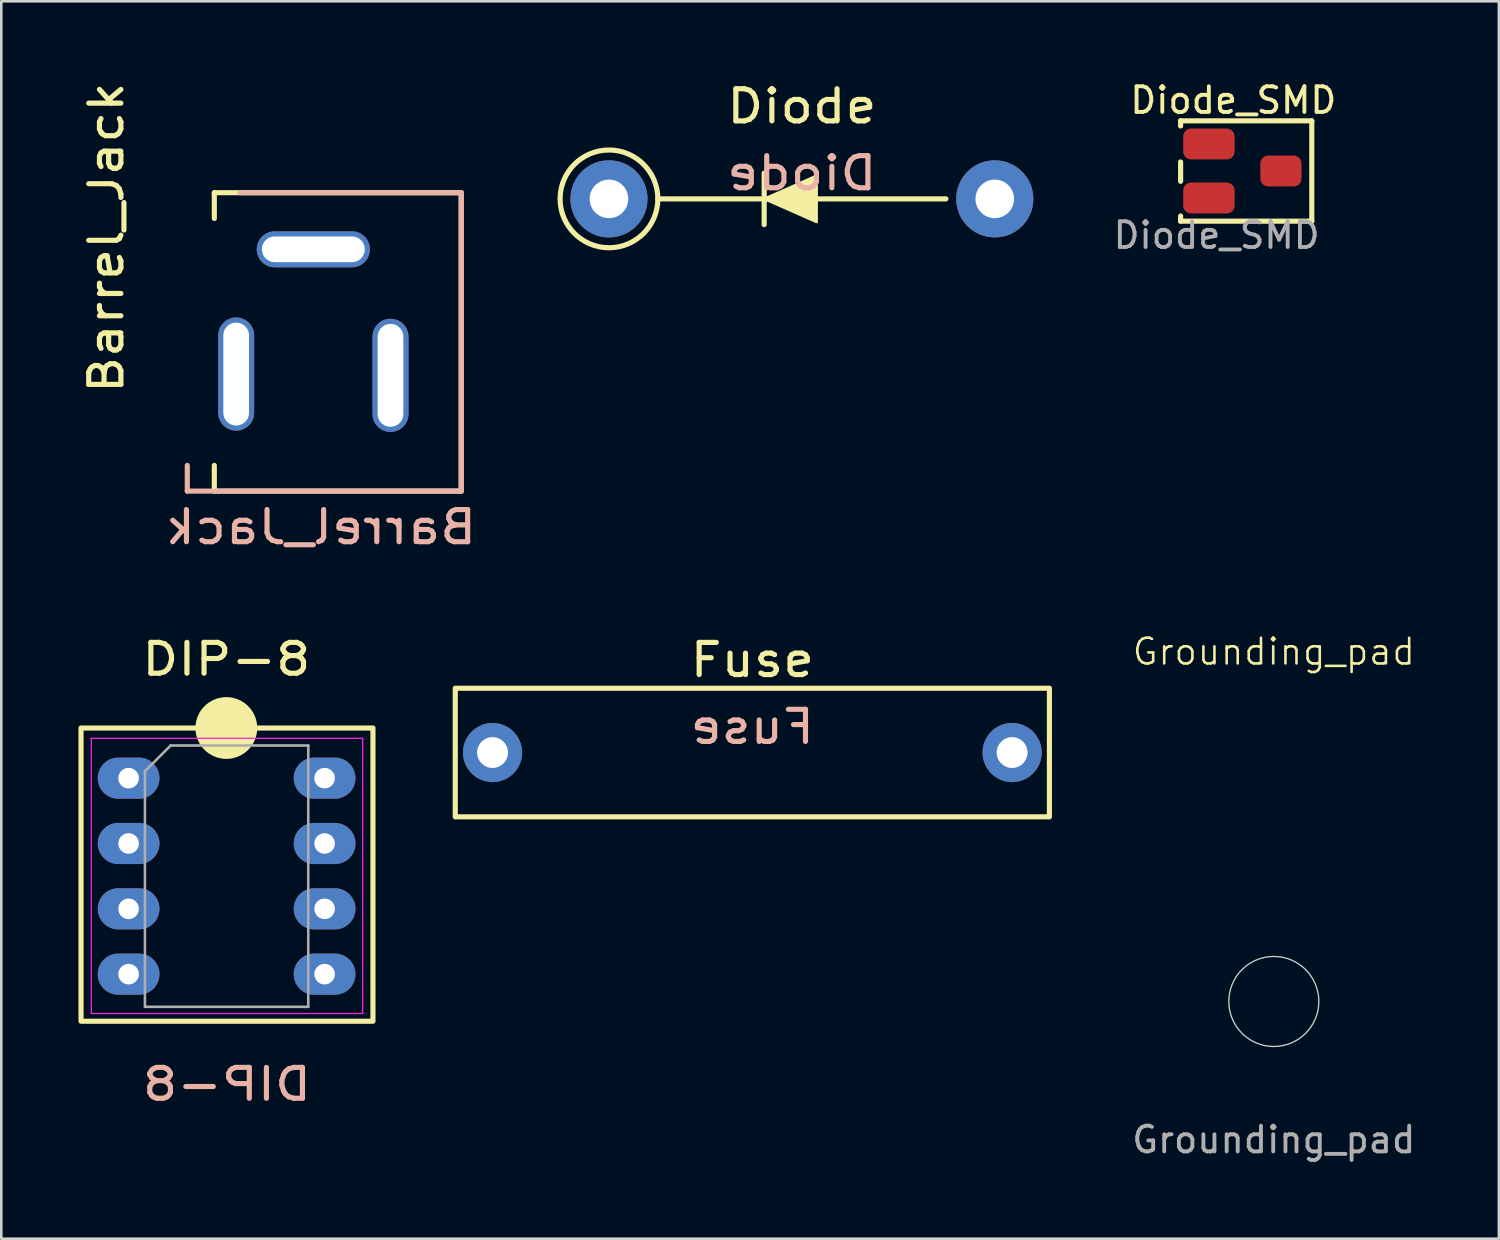
<source format=kicad_pcb>
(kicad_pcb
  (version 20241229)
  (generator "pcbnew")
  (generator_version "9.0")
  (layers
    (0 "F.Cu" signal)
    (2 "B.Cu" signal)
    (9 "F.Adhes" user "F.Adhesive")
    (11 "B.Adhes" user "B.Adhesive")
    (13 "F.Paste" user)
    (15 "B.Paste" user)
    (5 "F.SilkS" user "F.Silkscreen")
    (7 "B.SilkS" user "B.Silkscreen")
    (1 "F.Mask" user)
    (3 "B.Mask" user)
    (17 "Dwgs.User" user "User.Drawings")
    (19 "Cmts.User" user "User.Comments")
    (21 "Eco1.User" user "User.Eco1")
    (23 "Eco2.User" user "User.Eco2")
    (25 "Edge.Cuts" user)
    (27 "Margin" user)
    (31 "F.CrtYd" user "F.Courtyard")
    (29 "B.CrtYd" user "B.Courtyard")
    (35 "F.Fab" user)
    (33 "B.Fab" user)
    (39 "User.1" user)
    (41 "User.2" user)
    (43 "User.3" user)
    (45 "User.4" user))
  (footprint "Fuse"
    (layer "F.Cu")
    (at 26.2 26.208)
    (property "Reference" "Fuse" (at 0 -3.6 0) (unlocked yes) (layer "F.SilkS") (effects (font (size 1.25 1.4) (thickness 0.2))))
    (attr through_hole)
    (fp_rect (start -11.55 2.5) (end 11.55 -2.5) (stroke (width 0.2) (type default)) (fill no) (layer "F.SilkS"))
    (fp_text user "${REFERENCE}" (at 0 -1 0) (unlocked yes) (layer "B.SilkS") (effects (font (size 1.25 1.4) (thickness 0.2)) (justify mirror)))
    (pad "1" thru_hole circle (at -10.1 0) (size 2.3 2.3) (drill 1.2) (layers "*.Cu" "*.Mask"))
    (pad "2" thru_hole circle (at 10.1 0) (size 2.3 2.3) (drill 1.2) (layers "*.Cu" "*.Mask")))
  (footprint "Grounding_pad"
    (layer "F.Cu")
    (at 46.475 35.886)
    (property "Reference" "Grounding_pad" (at 0 -13.6 0) (unlocked yes) (layer "F.SilkS") (effects (font (size 1 1) (thickness 0.1))))
    (attr smd)
    (fp_rect (start -4 0) (end -3.75 0.5) (stroke (width 0) (type solid)) (fill yes) (layer "F.Mask"))
    (fp_rect (start -0.5 4) (end 0 3.75) (stroke (width 0) (type solid)) (fill yes) (layer "F.Mask"))
    (fp_arc (start -0.5 3) (mid -2.267766 2.267767) (end -3 0.5) (stroke (width 2) (type default)) (layer "F.Mask"))
    (fp_circle (center -3.25 -3.25) (end -3.25 -2.65) (stroke (width 0) (type solid)) (fill yes) (layer "F.Mask"))
    (fp_circle (center 0 -5) (end 0.75 -5) (stroke (width 0) (type solid)) (fill yes) (layer "F.Mask"))
    (fp_circle (center 0 0) (end 3 0) (stroke (width 2) (type default)) (fill no) (layer "F.Mask"))
    (fp_circle (center 3.25 -3.2) (end 3.85 -3.2) (stroke (width 0) (type solid)) (fill yes) (layer "F.Mask"))
    (fp_circle (center 3.25 3.25) (end 3.25 3.85) (stroke (width 0) (type solid)) (fill yes) (layer "F.Mask"))
    (fp_circle (center 5 0) (end 5.75 0) (stroke (width 0) (type solid)) (fill yes) (layer "F.Mask"))
    (fp_poly (pts (xy -2.35 -3.2) (xy -2.85 -3.7) (xy -3.7 -2.85) (xy -3.2 -2.35)) (stroke (width 0) (type solid)) (fill yes) (layer "F.Mask"))
    (fp_poly (pts (xy -0.75 -5) (xy -0.55 -3.4) (xy 0.55 -3.4) (xy 0.75 -5)) (stroke (width 0) (type solid)) (fill yes) (layer "F.Mask"))
    (fp_poly (pts (xy 2.85 -3.65) (xy 2.35 -3.15) (xy 3.2 -2.3) (xy 3.7 -2.8)) (stroke (width 0) (type solid)) (fill yes) (layer "F.Mask"))
    (fp_poly (pts (xy 3.65 2.8) (xy 3.15 2.3) (xy 2.3 3.15) (xy 2.8 3.65)) (stroke (width 0) (type solid)) (fill yes) (layer "F.Mask"))
    (fp_poly (pts (xy 5.01 -0.75) (xy 3.41 -0.55) (xy 3.41 0.55) (xy 5.01 0.75)) (stroke (width 0) (type solid)) (fill yes) (layer "F.Mask"))
    (fp_circle (center 0 0) (end 1.75 0) (stroke (width 0.05) (type default)) (fill no) (layer "Edge.Cuts"))
    (fp_circle (center 0 0) (end 3 0) (stroke (width 0.1) (type solid)) (fill no) (layer "Margin"))
    (fp_text user "${REFERENCE}" (at 0 5.375 0) (unlocked yes) (layer "F.Fab") (effects (font (size 1 1) (thickness 0.15)))))
  (footprint "Diode"
    (layer "F.Cu")
    (at 28.126 4.682)
    (property "Reference" "Diode" (at 0 -3.6 0) (unlocked yes) (layer "F.SilkS") (effects (font (size 1.25 1.4) (thickness 0.2))))
    (attr through_hole)
    (fp_line (start -1.466 1) (end -1.466 -1) (stroke (width 0.2) (type default)) (layer "F.SilkS"))
    (fp_line (start 5.6 0) (end -5.6 0) (stroke (width 0.2) (type default)) (layer "F.SilkS"))
    (fp_circle (center -7.5 0) (end -5.6 0) (stroke (width 0.2) (type default)) (fill no) (layer "F.SilkS"))
    (fp_poly (pts (xy -1.466 0) (xy 0.574 -0.9) (xy 0.574 0.9)) (stroke (width 0.1) (type solid)) (fill yes) (layer "F.SilkS"))
    (fp_text user "${REFERENCE}" (at 0 -1 0) (unlocked yes) (layer "B.SilkS") (effects (font (size 1.25 1.4) (thickness 0.2)) (justify mirror)))
    (pad "1" thru_hole circle (at -7.5 0) (size 3 3) (drill 1.5) (layers "*.Cu" "*.Mask"))
    (pad "2" thru_hole circle (at 7.5 0) (size 3 3) (drill 1.5) (layers "*.Cu" "*.Mask")))
  (footprint "DIP-8"
    (layer "F.Cu")
    (at 1.95 27.204)
    (property "Reference" "DIP-8" (at 3.8 -4.625 0) (layer "F.SilkS") (effects (font (size 1.2 1.4) (thickness 0.2) (bold yes))))
    (attr through_hole)
    (fp_rect (start -1.85 -1.95) (end 9.5 9.45) (stroke (width 0.2) (type default)) (fill no) (layer "F.SilkS"))
    (fp_circle (center 3.8 -1.95) (end 4.9 -2) (stroke (width 0.2) (type solid)) (fill yes) (layer "F.SilkS"))
    (fp_line (start -1.45 -1.55) (end -1.45 9.15) (stroke (width 0.05) (type solid)) (layer "F.CrtYd"))
    (fp_line (start -1.45 9.15) (end 9.1 9.15) (stroke (width 0.05) (type solid)) (layer "F.CrtYd"))
    (fp_line (start 9.1 -1.55) (end -1.45 -1.55) (stroke (width 0.05) (type solid)) (layer "F.CrtYd"))
    (fp_line (start 9.1 9.15) (end 9.1 -1.55) (stroke (width 0.05) (type solid)) (layer "F.CrtYd"))
    (fp_line (start 0.635 -0.27) (end 1.635 -1.27) (stroke (width 0.1) (type solid)) (layer "F.Fab"))
    (fp_line (start 0.635 8.89) (end 0.635 -0.27) (stroke (width 0.1) (type solid)) (layer "F.Fab"))
    (fp_line (start 1.635 -1.27) (end 6.985 -1.27) (stroke (width 0.1) (type solid)) (layer "F.Fab"))
    (fp_line (start 6.985 -1.27) (end 6.985 8.89) (stroke (width 0.1) (type solid)) (layer "F.Fab"))
    (fp_line (start 6.985 8.89) (end 0.635 8.89) (stroke (width 0.1) (type solid)) (layer "F.Fab"))
    (fp_text user "${REFERENCE}" (at 3.825 11.9 0) (unlocked yes) (layer "B.SilkS") (effects (font (size 1.2 1.4) (thickness 0.2) (bold yes)) (justify mirror)))
    (pad "1" thru_hole oval (at 0 0) (size 2.4 1.6) (drill 0.8) (layers "*.Cu" "*.Mask"))
    (pad "2" thru_hole oval (at 0 2.54) (size 2.4 1.6) (drill 0.8) (layers "*.Cu" "*.Mask"))
    (pad "3" thru_hole oval (at 0 5.08) (size 2.4 1.6) (drill 0.8) (layers "*.Cu" "*.Mask"))
    (pad "4" thru_hole oval (at 0 7.62) (size 2.4 1.6) (drill 0.8) (layers "*.Cu" "*.Mask"))
    (pad "5" thru_hole oval (at 7.62 7.62) (size 2.4 1.6) (drill 0.8) (layers "*.Cu" "*.Mask"))
    (pad "6" thru_hole oval (at 7.62 5.08) (size 2.4 1.6) (drill 0.8) (layers "*.Cu" "*.Mask"))
    (pad "7" thru_hole oval (at 7.62 2.54) (size 2.4 1.6) (drill 0.8) (layers "*.Cu" "*.Mask"))
    (pad "8" thru_hole oval (at 7.62 0) (size 2.4 1.6) (drill 0.8) (layers "*.Cu" "*.Mask")))
  (footprint "Barrel_Jack"
    (layer "F.Cu")
    (at 9.382 9.943)
    (property "Reference" "Barrel_Jack" (at -8.3 -3.75 90) (unlocked yes) (layer "F.SilkS") (effects (font (size 1.25 1.4) (thickness 0.2))))
    (attr through_hole)
    (fp_line (start -4.1 -5.5) (end 5.5 -5.5) (stroke (width 0.2) (type default)) (layer "F.SilkS"))
    (fp_line (start -4.1 -4.5) (end -4.1 -5.5) (stroke (width 0.2) (type default)) (layer "F.SilkS"))
    (fp_line (start -4.1 6.1) (end -4.1 5.1) (stroke (width 0.2) (type default)) (layer "F.SilkS"))
    (fp_line (start 5.5 -5.5) (end 5.5 6.1) (stroke (width 0.2) (type default)) (layer "F.SilkS"))
    (fp_line (start 5.5 6.1) (end -4.1 6.1) (stroke (width 0.2) (type default)) (layer "F.SilkS"))
    (fp_line (start -5.15 6.1) (end -5.15 5.1) (stroke (width 0.2) (type default)) (layer "B.SilkS"))
    (fp_line (start -3.1 -5.5) (end 5.5 -5.5) (stroke (width 0.2) (type default)) (layer "B.SilkS"))
    (fp_line (start 5.5 -5.5) (end 5.5 6.1) (stroke (width 0.2) (type default)) (layer "B.SilkS"))
    (fp_line (start 5.5 6.1) (end -5.15 6.1) (stroke (width 0.2) (type default)) (layer "B.SilkS"))
    (fp_text user "${REFERENCE}" (at 0.05 7.5 0) (unlocked yes) (layer "B.SilkS") (effects (font (size 1.25 1.4) (thickness 0.2)) (justify mirror)))
    (pad "1" thru_hole oval (at -3.25 1.55) (size 1.4 4.4) (drill oval 1 4) (layers "*.Cu" "*.Mask") (remove_unused_layers yes) (keep_end_layers yes) (zone_layer_connections))
    (pad "2" thru_hole oval (at -0.25 -3.3 90) (size 1.4 4.4) (drill oval 1 4) (layers "*.Cu" "*.Mask") (remove_unused_layers yes) (keep_end_layers yes) (zone_layer_connections))
    (pad "2" thru_hole oval (at 2.75 1.6) (size 1.4 4.4) (drill oval 1 4) (layers "*.Cu" "*.Mask") (remove_unused_layers yes) (keep_end_layers yes) (zone_layer_connections)))
  (footprint "Diode_SMD"
    (layer "F.Cu")
    (at 44.251 3.598)
    (property "Reference" "Diode_SMD" (at 0.65 -2.75 0) (unlocked yes) (layer "F.SilkS") (effects (font (size 1 1) (thickness 0.15))))
    (attr smd)
    (fp_line (start -1.4 -1.95) (end 3.7 -1.95) (stroke (width 0.2) (type default)) (layer "F.SilkS"))
    (fp_line (start -1.4 -1.75) (end -1.4 -1.95) (stroke (width 0.2) (type default)) (layer "F.SilkS"))
    (fp_line (start -1.4 0.4) (end -1.4 -0.35) (stroke (width 0.2) (type default)) (layer "F.SilkS"))
    (fp_line (start -1.4 1.95) (end -1.4 1.75) (stroke (width 0.2) (type default)) (layer "F.SilkS"))
    (fp_line (start -1.4 1.95) (end 3.7 1.95) (stroke (width 0.2) (type default)) (layer "F.SilkS"))
    (fp_line (start 3.7 -1.95) (end 3.7 1.95) (stroke (width 0.2) (type default)) (layer "F.SilkS"))
    (fp_text user "${REFERENCE}" (at 0 2.5 0) (unlocked yes) (layer "F.Fab") (effects (font (size 1 1) (thickness 0.15))))
    (pad "1" smd roundrect (at -0.3 -1.05) (size 2 1.2) (layers "F.Cu" "F.Mask" "F.Paste") (roundrect_rratio 0.25))
    (pad "2" smd roundrect (at 2.5 0) (size 1.6 1.2) (layers "F.Cu" "F.Mask" "F.Paste") (roundrect_rratio 0.25))
    (pad "3" smd roundrect (at -0.3 1.05) (size 2 1.2) (layers "F.Cu" "F.Mask" "F.Paste") (roundrect_rratio 0.25)))
  (gr_rect
    (start -3 -3)
    (end 55.225 45.109)
    (stroke (width 0.1) (type default))
    (fill no)
    (layer "Edge.Cuts")))
</source>
